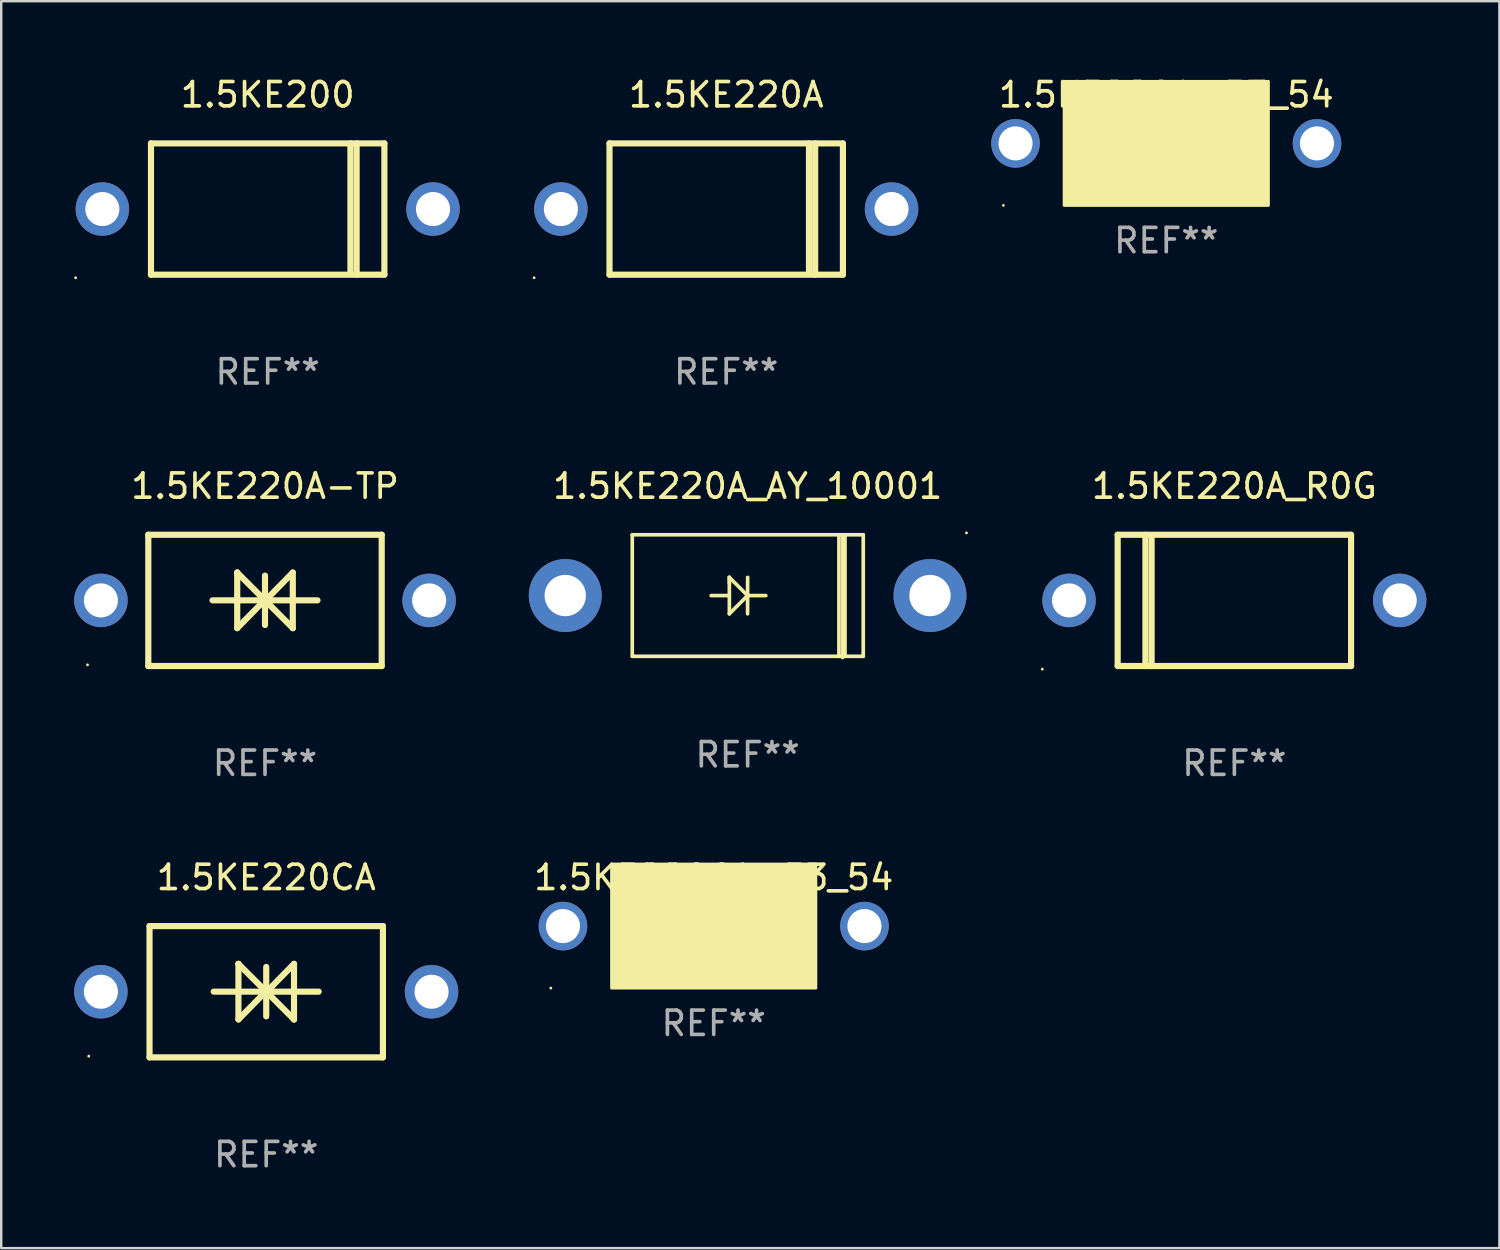
<source format=kicad_pcb>
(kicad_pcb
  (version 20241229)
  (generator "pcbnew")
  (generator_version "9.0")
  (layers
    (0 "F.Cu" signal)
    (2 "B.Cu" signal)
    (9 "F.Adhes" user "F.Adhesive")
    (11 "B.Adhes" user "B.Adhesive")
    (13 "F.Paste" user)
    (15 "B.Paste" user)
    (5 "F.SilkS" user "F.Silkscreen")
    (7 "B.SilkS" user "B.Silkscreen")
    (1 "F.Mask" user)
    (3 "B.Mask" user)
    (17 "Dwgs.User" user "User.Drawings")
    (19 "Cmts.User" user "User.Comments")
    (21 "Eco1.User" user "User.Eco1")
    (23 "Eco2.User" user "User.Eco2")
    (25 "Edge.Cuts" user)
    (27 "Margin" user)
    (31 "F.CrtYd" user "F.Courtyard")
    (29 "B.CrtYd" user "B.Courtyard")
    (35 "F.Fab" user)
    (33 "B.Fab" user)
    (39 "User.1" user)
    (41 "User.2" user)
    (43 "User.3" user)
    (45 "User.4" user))
  (footprint "1.5KE220CA"
    (layer "F.Cu")
    (at 7.9 37.741)
    (property "Reference" "1.5KE220CA" (at 0 -4.7 0) (layer "F.SilkS") (effects (font (size 1 1) (thickness 0.15))))
    (attr through_hole)
    (fp_line (start -4.8 -2.7) (end -4.8 2.7) (stroke (width 0.254) (type solid)) (layer "F.SilkS"))
    (fp_line (start -4.8 -2.7) (end 4.8 -2.7) (stroke (width 0.254) (type solid)) (layer "F.SilkS"))
    (fp_line (start -2.159 -0.003) (end 2.159 -0.003) (stroke (width 0.254) (type solid)) (layer "F.SilkS"))
    (fp_line (start -1.143 -1.146) (end -1.143 1.14) (stroke (width 0.254) (type solid)) (layer "F.SilkS"))
    (fp_line (start -1.143 -1.143) (end -1.143 -1.146) (stroke (width 0.254) (type solid)) (layer "F.SilkS"))
    (fp_line (start 0 -1.019) (end 0 1.013) (stroke (width 0.254) (type solid)) (layer "F.SilkS"))
    (fp_line (start 0 -0.026) (end -1.143 1.14) (stroke (width 0.254) (type solid)) (layer "F.SilkS"))
    (fp_line (start 0 -0.006) (end 1.143 1.137) (stroke (width 0.254) (type solid)) (layer "F.SilkS"))
    (fp_line (start 0 0) (end -1.143 -1.143) (stroke (width 0.254) (type solid)) (layer "F.SilkS"))
    (fp_line (start 0 0.02) (end 1.143 -1.146) (stroke (width 0.254) (type solid)) (layer "F.SilkS"))
    (fp_line (start 1.143 1.137) (end 1.143 1.14) (stroke (width 0.254) (type solid)) (layer "F.SilkS"))
    (fp_line (start 1.143 1.14) (end 1.143 -1.146) (stroke (width 0.254) (type solid)) (layer "F.SilkS"))
    (fp_line (start 4.8 -2.7) (end 4.8 2.7) (stroke (width 0.254) (type solid)) (layer "F.SilkS"))
    (fp_line (start 4.8 2.7) (end -4.8 2.7) (stroke (width 0.254) (type solid)) (layer "F.SilkS"))
    (fp_circle (center -7.3 2.65) (end -7.27 2.65) (stroke (width 0.06) (type solid)) (fill no) (layer "F.SilkS"))
    (fp_text user "REF**" (at 0 6.7 0) (layer "F.Fab") (effects (font (size 1 1) (thickness 0.15))))
    (pad "1" thru_hole circle (at -6.8 0) (size 2.2 2.2) (drill 1.4) (layers "*.Cu" "*.Mask"))
    (pad "2" thru_hole circle (at 6.8 0) (size 2.2 2.2) (drill 1.4) (layers "*.Cu" "*.Mask")))
  (footprint "1.5KE200"
    (layer "F.Cu")
    (at 7.96 5.548)
    (property "Reference" "1.5KE200" (at 0 -4.7 0) (layer "F.SilkS") (effects (font (size 1 1) (thickness 0.15))))
    (attr through_hole)
    (fp_line (start -4.8 -2.7) (end -4.8 2.7) (stroke (width 0.254) (type solid)) (layer "F.SilkS"))
    (fp_line (start -4.8 -2.7) (end 4.8 -2.7) (stroke (width 0.254) (type solid)) (layer "F.SilkS"))
    (fp_line (start 3.404 -2.7) (end 3.404 2.54) (stroke (width 0.254) (type solid)) (layer "F.SilkS"))
    (fp_line (start 3.658 -2.7) (end 3.658 2.7) (stroke (width 0.254) (type solid)) (layer "F.SilkS"))
    (fp_line (start 4.8 -2.7) (end 4.8 2.7) (stroke (width 0.254) (type solid)) (layer "F.SilkS"))
    (fp_line (start 4.8 2.7) (end -4.8 2.7) (stroke (width 0.254) (type solid)) (layer "F.SilkS"))
    (fp_circle (center -7.9 2.827) (end -7.87 2.827) (stroke (width 0.06) (type solid)) (fill no) (layer "F.SilkS"))
    (fp_text user "REF**" (at 0 6.7 0) (layer "F.Fab") (effects (font (size 1 1) (thickness 0.15))))
    (pad "1" thru_hole circle (at -6.8 0) (size 2.2 2.2) (drill 1.4) (layers "*.Cu" "*.Mask"))
    (pad "2" thru_hole circle (at 6.8 0) (size 2.2 2.2) (drill 1.4) (layers "*.Cu" "*.Mask")))
  (footprint "1.5KE220A-TP"
    (layer "F.Cu")
    (at 7.85 21.645)
    (property "Reference" "1.5KE220A-TP" (at 0 -4.7 0) (layer "F.SilkS") (effects (font (size 1 1) (thickness 0.15))))
    (attr through_hole)
    (fp_line (start -4.8 -2.7) (end -4.8 2.7) (stroke (width 0.254) (type solid)) (layer "F.SilkS"))
    (fp_line (start -4.8 -2.7) (end 4.8 -2.7) (stroke (width 0.254) (type solid)) (layer "F.SilkS"))
    (fp_line (start -2.159 -0.003) (end 2.159 -0.003) (stroke (width 0.254) (type solid)) (layer "F.SilkS"))
    (fp_line (start -1.143 -1.146) (end -1.143 1.14) (stroke (width 0.254) (type solid)) (layer "F.SilkS"))
    (fp_line (start -1.143 -1.143) (end -1.143 -1.146) (stroke (width 0.254) (type solid)) (layer "F.SilkS"))
    (fp_line (start 0 -1.019) (end 0 1.013) (stroke (width 0.254) (type solid)) (layer "F.SilkS"))
    (fp_line (start 0 -0.026) (end -1.143 1.14) (stroke (width 0.254) (type solid)) (layer "F.SilkS"))
    (fp_line (start 0 -0.006) (end 1.143 1.137) (stroke (width 0.254) (type solid)) (layer "F.SilkS"))
    (fp_line (start 0 0) (end -1.143 -1.143) (stroke (width 0.254) (type solid)) (layer "F.SilkS"))
    (fp_line (start 0 0.02) (end 1.143 -1.146) (stroke (width 0.254) (type solid)) (layer "F.SilkS"))
    (fp_line (start 1.143 1.137) (end 1.143 1.14) (stroke (width 0.254) (type solid)) (layer "F.SilkS"))
    (fp_line (start 1.143 1.14) (end 1.143 -1.146) (stroke (width 0.254) (type solid)) (layer "F.SilkS"))
    (fp_line (start 4.8 -2.7) (end 4.8 2.7) (stroke (width 0.254) (type solid)) (layer "F.SilkS"))
    (fp_line (start 4.8 2.7) (end -4.8 2.7) (stroke (width 0.254) (type solid)) (layer "F.SilkS"))
    (fp_circle (center -7.3 2.65) (end -7.27 2.65) (stroke (width 0.06) (type solid)) (fill no) (layer "F.SilkS"))
    (fp_text user "REF**" (at 0 6.7 0) (layer "F.Fab") (effects (font (size 1 1) (thickness 0.15))))
    (pad "1" thru_hole circle (at -6.75 0) (size 2.2 2.2) (drill 1.4) (layers "*.Cu" "*.Mask"))
    (pad "2" thru_hole circle (at 6.75 0) (size 2.2 2.2) (drill 1.4) (layers "*.Cu" "*.Mask")))
  (footprint "1.5KE220A_R0G"
    (layer "F.Cu")
    (at 47.721 21.645)
    (property "Reference" "1.5KE220A_R0G" (at 0 -4.7 0) (layer "F.SilkS") (effects (font (size 1 1) (thickness 0.15))))
    (attr through_hole)
    (fp_line (start -4.8 -2.7) (end 4.8 -2.7) (stroke (width 0.254) (type solid)) (layer "F.SilkS"))
    (fp_line (start -4.8 2.7) (end -4.8 -2.7) (stroke (width 0.254) (type solid)) (layer "F.SilkS"))
    (fp_line (start -3.658 2.7) (end -3.658 -2.7) (stroke (width 0.254) (type solid)) (layer "F.SilkS"))
    (fp_line (start -3.404 2.7) (end -3.404 -2.54) (stroke (width 0.254) (type solid)) (layer "F.SilkS"))
    (fp_line (start 4.8 2.7) (end -4.8 2.7) (stroke (width 0.254) (type solid)) (layer "F.SilkS"))
    (fp_line (start 4.8 2.7) (end 4.8 -2.7) (stroke (width 0.254) (type solid)) (layer "F.SilkS"))
    (fp_circle (center -7.9 2.827) (end -7.87 2.827) (stroke (width 0.06) (type solid)) (fill no) (layer "F.SilkS"))
    (fp_text user "REF**" (at 0 6.7 0) (layer "F.Fab") (effects (font (size 1 1) (thickness 0.15))))
    (pad "1" thru_hole circle (at -6.8 0) (size 2.2 2.2) (drill 1.4) (layers "*.Cu" "*.Mask"))
    (pad "2" thru_hole circle (at 6.8 0) (size 2.2 2.2) (drill 1.4) (layers "*.Cu" "*.Mask")))
  (footprint "1.5KE220A_AY_10001"
    (layer "F.Cu")
    (at 27.701 21.47)
    (property "Reference" "1.5KE220A_AY_10001" (at 0 -4.525 0) (layer "F.SilkS") (effects (font (size 1 1) (thickness 0.15))))
    (attr through_hole)
    (fp_line (start -4.745 -2.525) (end 4.755 -2.525) (stroke (width 0.15) (type solid)) (layer "F.SilkS"))
    (fp_line (start -4.745 2.475) (end -4.745 -2.525) (stroke (width 0.15) (type solid)) (layer "F.SilkS"))
    (fp_line (start -0.752 -0.772) (end -0.752 -0.523) (stroke (width 0.15) (type solid)) (layer "F.SilkS"))
    (fp_line (start -0.752 -0.772) (end -0.752 0.727) (stroke (width 0.15) (type solid)) (layer "F.SilkS"))
    (fp_line (start -0.752 -0.023) (end -1.501 -0.023) (stroke (width 0.15) (type solid)) (layer "F.SilkS"))
    (fp_line (start -0.752 0.727) (end -0.003 -0.023) (stroke (width 0.15) (type solid)) (layer "F.SilkS"))
    (fp_line (start -0.003 -0.023) (end -0.752 -0.772) (stroke (width 0.15) (type solid)) (layer "F.SilkS"))
    (fp_line (start -0.003 -0.023) (end 0.749 -0.023) (stroke (width 0.15) (type solid)) (layer "F.SilkS"))
    (fp_line (start 0 -0.772) (end -0.003 0.727) (stroke (width 0.15) (type solid)) (layer "F.SilkS"))
    (fp_line (start 3.755 -2.525) (end 3.755 2.475) (stroke (width 0.15) (type solid)) (layer "F.SilkS"))
    (fp_line (start 3.904 -2.476) (end 3.904 2.525) (stroke (width 0.15) (type solid)) (layer "F.SilkS"))
    (fp_line (start 4.005 -2.525) (end 4.005 2.475) (stroke (width 0.15) (type solid)) (layer "F.SilkS"))
    (fp_line (start 4.755 -2.525) (end 4.755 2.475) (stroke (width 0.15) (type solid)) (layer "F.SilkS"))
    (fp_line (start 4.755 2.475) (end -4.745 2.475) (stroke (width 0.15) (type solid)) (layer "F.SilkS"))
    (fp_circle (center 9.001 -2.6) (end 9.031 -2.6) (stroke (width 0.06) (type solid)) (fill no) (layer "F.SilkS"))
    (fp_text user "REF**" (at 0 6.525 0) (layer "F.Fab") (effects (font (size 1 1) (thickness 0.15))))
    (pad "1" thru_hole circle (at 7.501 -0.025) (size 3 3) (drill 1.7) (layers "*.Cu" "*.Mask"))
    (pad "2" thru_hole circle (at -7.501 -0.025) (size 3 3) (drill 1.7) (layers "*.Cu" "*.Mask")))
  (footprint "1.5KE220CA-E3_54"
    (layer "F.Cu")
    (at 26.306 35.041)
    (property "Reference" "1.5KE220CA-E3_54" (at 0 -2 0) (layer "F.SilkS") (effects (font (size 1 1) (thickness 0.15))))
    (attr through_hole)
    (fp_circle (center -6.7 2.55) (end -6.67 2.55) (stroke (width 0.06) (type solid)) (fill no) (layer "F.SilkS"))
    (fp_poly (pts (xy -4.2 -2.55) (xy 4.2 -2.55) (xy 4.2 2.55) (xy -4.2 2.55)) (stroke (width 0.12) (type solid)) (fill yes) (layer "F.SilkS"))
    (fp_text user "REF**" (at 0 4 0) (layer "F.Fab") (effects (font (size 1 1) (thickness 0.15))))
    (pad "1" thru_hole circle (at -6.2 0) (size 2 2) (drill 1.4) (layers "*.Cu" "*.Mask"))
    (pad "2" thru_hole circle (at 6.2 0) (size 2 2) (drill 1.4) (layers "*.Cu" "*.Mask")))
  (footprint "1.5KE220A"
    (layer "F.Cu")
    (at 26.82 5.548)
    (property "Reference" "1.5KE220A" (at 0 -4.7 0) (layer "F.SilkS") (effects (font (size 1 1) (thickness 0.15))))
    (attr through_hole)
    (fp_line (start -4.8 -2.7) (end -4.8 2.7) (stroke (width 0.254) (type solid)) (layer "F.SilkS"))
    (fp_line (start -4.8 -2.7) (end 4.8 -2.7) (stroke (width 0.254) (type solid)) (layer "F.SilkS"))
    (fp_line (start 3.404 -2.7) (end 3.404 2.54) (stroke (width 0.254) (type solid)) (layer "F.SilkS"))
    (fp_line (start 3.658 -2.7) (end 3.658 2.7) (stroke (width 0.254) (type solid)) (layer "F.SilkS"))
    (fp_line (start 4.8 -2.7) (end 4.8 2.7) (stroke (width 0.254) (type solid)) (layer "F.SilkS"))
    (fp_line (start 4.8 2.7) (end -4.8 2.7) (stroke (width 0.254) (type solid)) (layer "F.SilkS"))
    (fp_circle (center -7.9 2.827) (end -7.87 2.827) (stroke (width 0.06) (type solid)) (fill no) (layer "F.SilkS"))
    (fp_text user "REF**" (at 0 6.7 0) (layer "F.Fab") (effects (font (size 1 1) (thickness 0.15))))
    (pad "1" thru_hole circle (at -6.8 0) (size 2.2 2.2) (drill 1.4) (layers "*.Cu" "*.Mask"))
    (pad "2" thru_hole circle (at 6.8 0) (size 2.2 2.2) (drill 1.4) (layers "*.Cu" "*.Mask")))
  (footprint "1.5KE220A-E3_54"
    (layer "F.Cu")
    (at 44.92 2.848)
    (property "Reference" "1.5KE220A-E3_54" (at 0 -2 0) (layer "F.SilkS") (effects (font (size 1 1) (thickness 0.15))))
    (attr through_hole)
    (fp_circle (center -6.7 2.55) (end -6.67 2.55) (stroke (width 0.06) (type solid)) (fill no) (layer "F.SilkS"))
    (fp_poly (pts (xy -4.2 -2.55) (xy 4.2 -2.55) (xy 4.2 2.55) (xy -4.2 2.55)) (stroke (width 0.12) (type solid)) (fill yes) (layer "F.SilkS"))
    (fp_text user "REF**" (at 0 4 0) (layer "F.Fab") (effects (font (size 1 1) (thickness 0.15))))
    (pad "1" thru_hole circle (at -6.2 0) (size 2 2) (drill 1.4) (layers "*.Cu" "*.Mask"))
    (pad "2" thru_hole circle (at 6.2 0) (size 2 2) (drill 1.4) (layers "*.Cu" "*.Mask")))
  (gr_rect
    (start -3 -3)
    (end 58.621 48.289)
    (stroke (width 0.1) (type default))
    (fill no)
    (layer "Edge.Cuts")))
</source>
